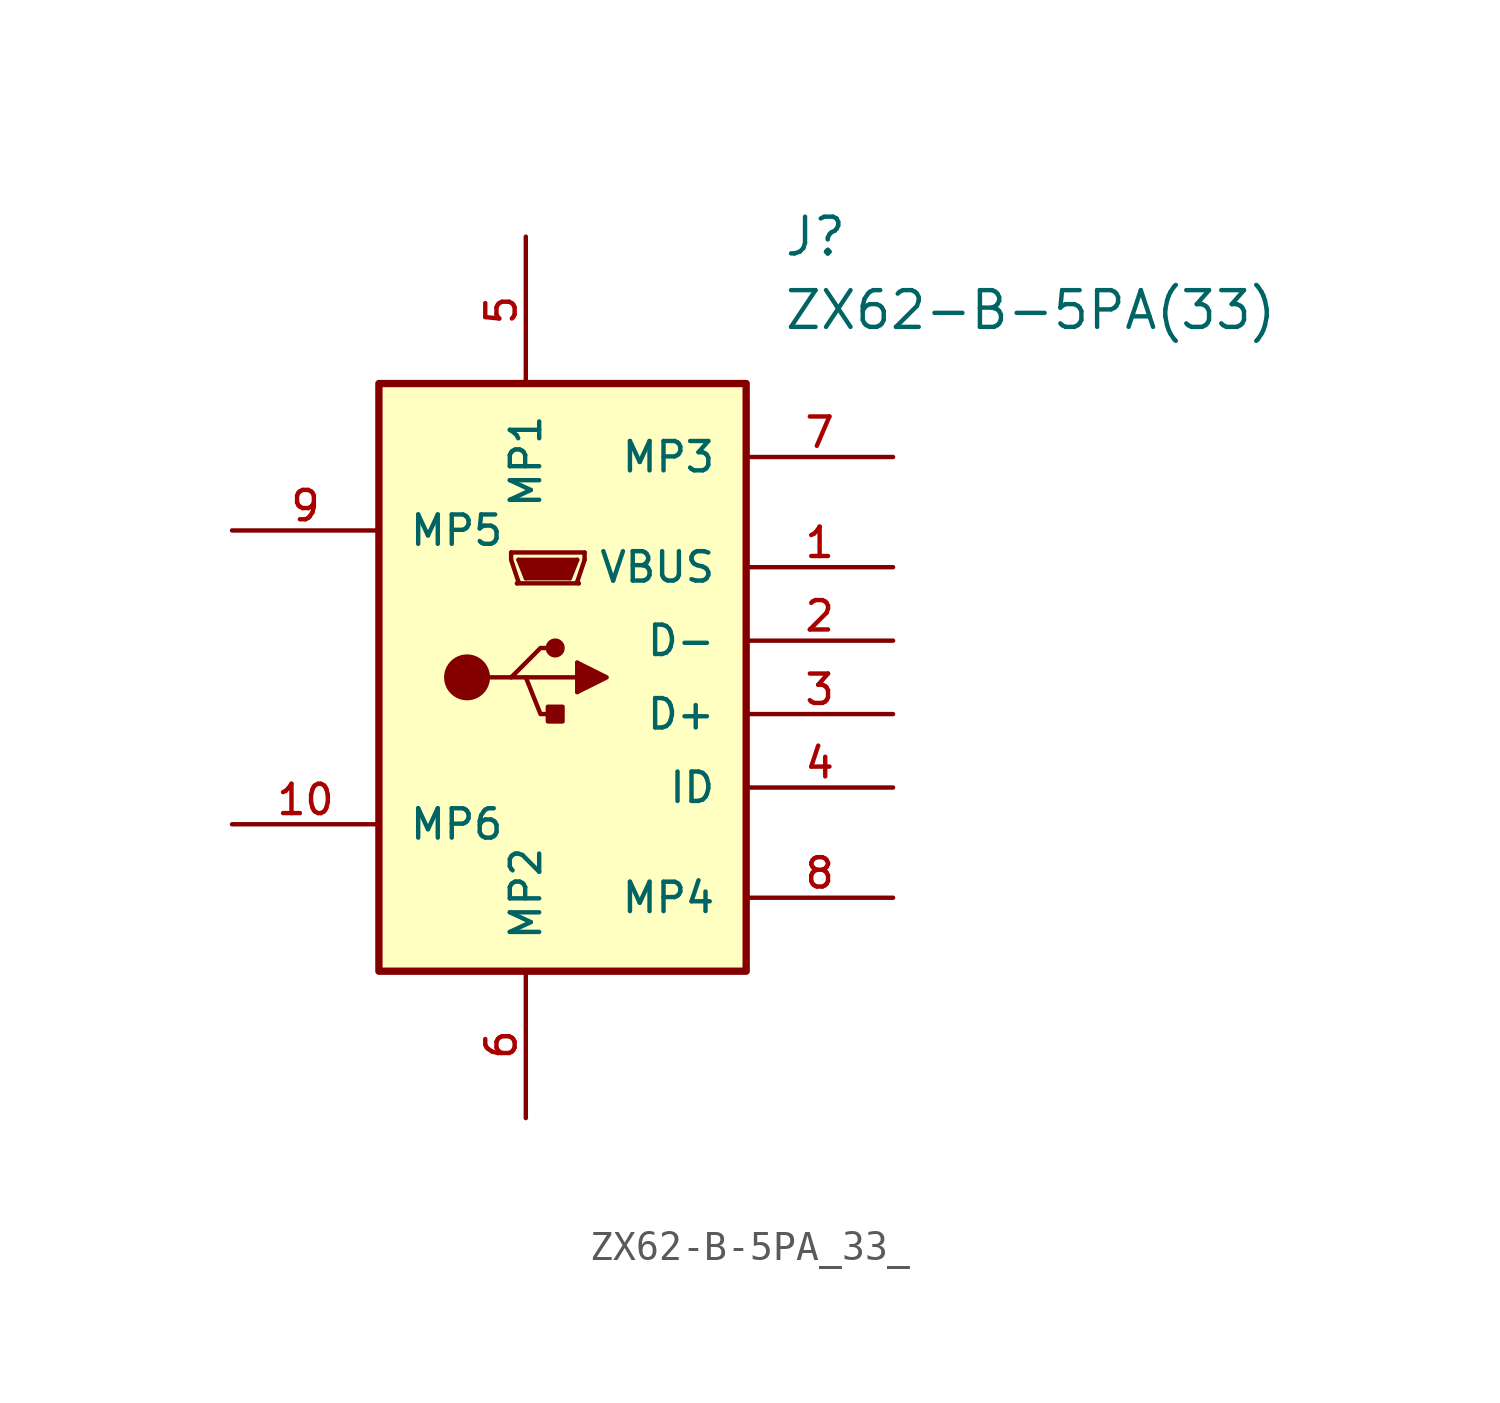
<source format=kicad_sym>
(kicad_symbol_lib
  (version 20220914)
  (generator kicad_symbol_editor)
  (symbol "ZX62-B-5PA_33_"
    (pin_names
      (offset 1.016))
    (property "Reference" "J"
      (at 19.05 7.62 0)
      (effects (font (size 1.27 1.27)) (justify left)))
    (property "Value" "ZX62-B-5PA(33)"
      (at 19.05 5.08 0)
      (effects (font (size 1.27 1.27)) (justify left)))
    (symbol "ZX62-B-5PA_33__0_0"
      (rectangle (start 5.08 2.54) (end 17.78 -17.78) (stroke (width 0.254) (type default)) (fill (type background))))
    (symbol "ZX62-B-5PA_33__0_1"
      (polyline (pts (xy 9.652 -3.302) (xy 12.192 -3.302)) (stroke (width 0) (type default)) (fill (type none)))
      (polyline (pts (xy 9.906 -4.318) (xy 9.855 -4.369)) (stroke (width 0) (type default)) (fill (type none)))
      (polyline (pts (xy 10.16 -4.191) (xy 9.906 -3.556)) (stroke (width 0) (type default)) (fill (type none)))
      (polyline (pts (xy 11.938 -4.318) (xy 11.989 -4.369)) (stroke (width 0) (type default)) (fill (type none)))
      (polyline (pts (xy 11.938 -3.556) (xy 11.684 -4.191)) (stroke (width 0) (type default)) (fill (type none)))
      (polyline (pts (xy 11.989 -4.369) (xy 9.855 -4.369)) (stroke (width 0) (type default)) (fill (type none)))
      (polyline (pts (xy 12.192 -3.556) (xy 11.938 -4.318)) (stroke (width 0) (type default)) (fill (type none)))
      (polyline (pts (xy 12.192 -3.302) (xy 12.192 -3.556)) (stroke (width 0) (type default)) (fill (type none)))
      (polyline (pts (xy 9.652 -3.302) (xy 9.652 -3.556) (xy 9.906 -4.318)) (stroke (width 0) (type default)) (fill (type none))))
    (symbol "ZX62-B-5PA_33__1_0"
      (pin power_out line (at 22.86 -3.81 180) (length 5.08) (name "VBUS" (effects (font (size 1.016 1.016)))) (number "1" (effects (font (size 1.016 1.016)))))
      (pin bidirectional line (at 0 -12.7 0) (length 5.08) (name "MP6" (effects (font (size 1.016 1.016)))) (number "10" (effects (font (size 1.016 1.016)))))
      (pin bidirectional line (at 22.86 -6.35 180) (length 5.08) (name "D-" (effects (font (size 1.016 1.016)))) (number "2" (effects (font (size 1.016 1.016)))))
      (pin bidirectional line (at 22.86 -8.89 180) (length 5.08) (name "D+" (effects (font (size 1.016 1.016)))) (number "3" (effects (font (size 1.016 1.016)))))
      (pin bidirectional line (at 22.86 -11.43 180) (length 5.08) (name "ID" (effects (font (size 1.016 1.016)))) (number "4" (effects (font (size 1.016 1.016)))))
      (pin bidirectional line (at 10.16 7.62 270) (length 5.08) (name "MP1" (effects (font (size 1.016 1.016)))) (number "5" (effects (font (size 1.016 1.016)))))
      (pin bidirectional line (at 10.16 -22.86 90) (length 5.08) (name "MP2" (effects (font (size 1.016 1.016)))) (number "6" (effects (font (size 1.016 1.016)))))
      (pin bidirectional line (at 22.86 0 180) (length 5.08) (name "MP3" (effects (font (size 1.016 1.016)))) (number "7" (effects (font (size 1.016 1.016)))))
      (pin bidirectional line (at 22.86 -15.24 180) (length 5.08) (name "MP4" (effects (font (size 1.016 1.016)))) (number "8" (effects (font (size 1.016 1.016)))))
      (pin bidirectional line (at 0 -2.54 0) (length 5.08) (name "MP5" (effects (font (size 1.016 1.016)))) (number "9" (effects (font (size 1.016 1.016))))))
    (symbol "ZX62-B-5PA_33__1_1"
      (polyline (pts (xy 8.128 -7.62) (xy 11.938 -7.62)) (stroke (width 0) (type default)) (fill (type none)))
      (polyline (pts (xy 9.906 -3.556) (xy 11.938 -3.556)) (stroke (width 0) (type default)) (fill (type outline)))
      (polyline (pts (xy 10.033 -3.683) (xy 11.811 -3.683)) (stroke (width 0) (type default)) (fill (type none)))
      (polyline (pts (xy 10.16 -4.191) (xy 11.684 -4.191)) (stroke (width 0) (type default)) (fill (type none)))
      (polyline (pts (xy 10.16 -3.937) (xy 11.684 -3.937)) (stroke (width 0) (type default)) (fill (type none)))
      (polyline (pts (xy 11.684 -4.064) (xy 10.16 -4.064)) (stroke (width 0) (type default)) (fill (type none)))
      (polyline (pts (xy 11.811 -3.81) (xy 10.033 -3.81)) (stroke (width 0) (type default)) (fill (type none)))
      (polyline (pts (xy 11.938 -7.112) (xy 11.938 -8.128)) (stroke (width 0) (type default)) (fill (type none)))
      (polyline (pts (xy 9.652 -7.62) (xy 10.668 -6.604) (xy 10.922 -6.604)) (stroke (width 0) (type default)) (fill (type none)))
      (polyline (pts (xy 10.16 -7.62) (xy 10.668 -8.89) (xy 10.922 -8.89)) (stroke (width 0) (type default)) (fill (type none)))
      (polyline (pts (xy 11.938 -7.112) (xy 12.954 -7.62) (xy 11.938 -8.128)) (stroke (width 0) (type default)) (fill (type color) (color 132 0 0 1)))
      (circle (center 8.128 -7.62) (radius 0.718) (stroke (width 0) (type default)) (fill (type color) (color 132 0 0 1)))
      (rectangle (start 10.922 -8.636) (end 11.43 -9.144) (stroke (width 0) (type default)) (fill (type color) (color 132 0 0 1)))
      (circle (center 11.176 -6.604) (radius 0.254) (stroke (width 0) (type default)) (fill (type color) (color 132 0 0 1))))))
</source>
